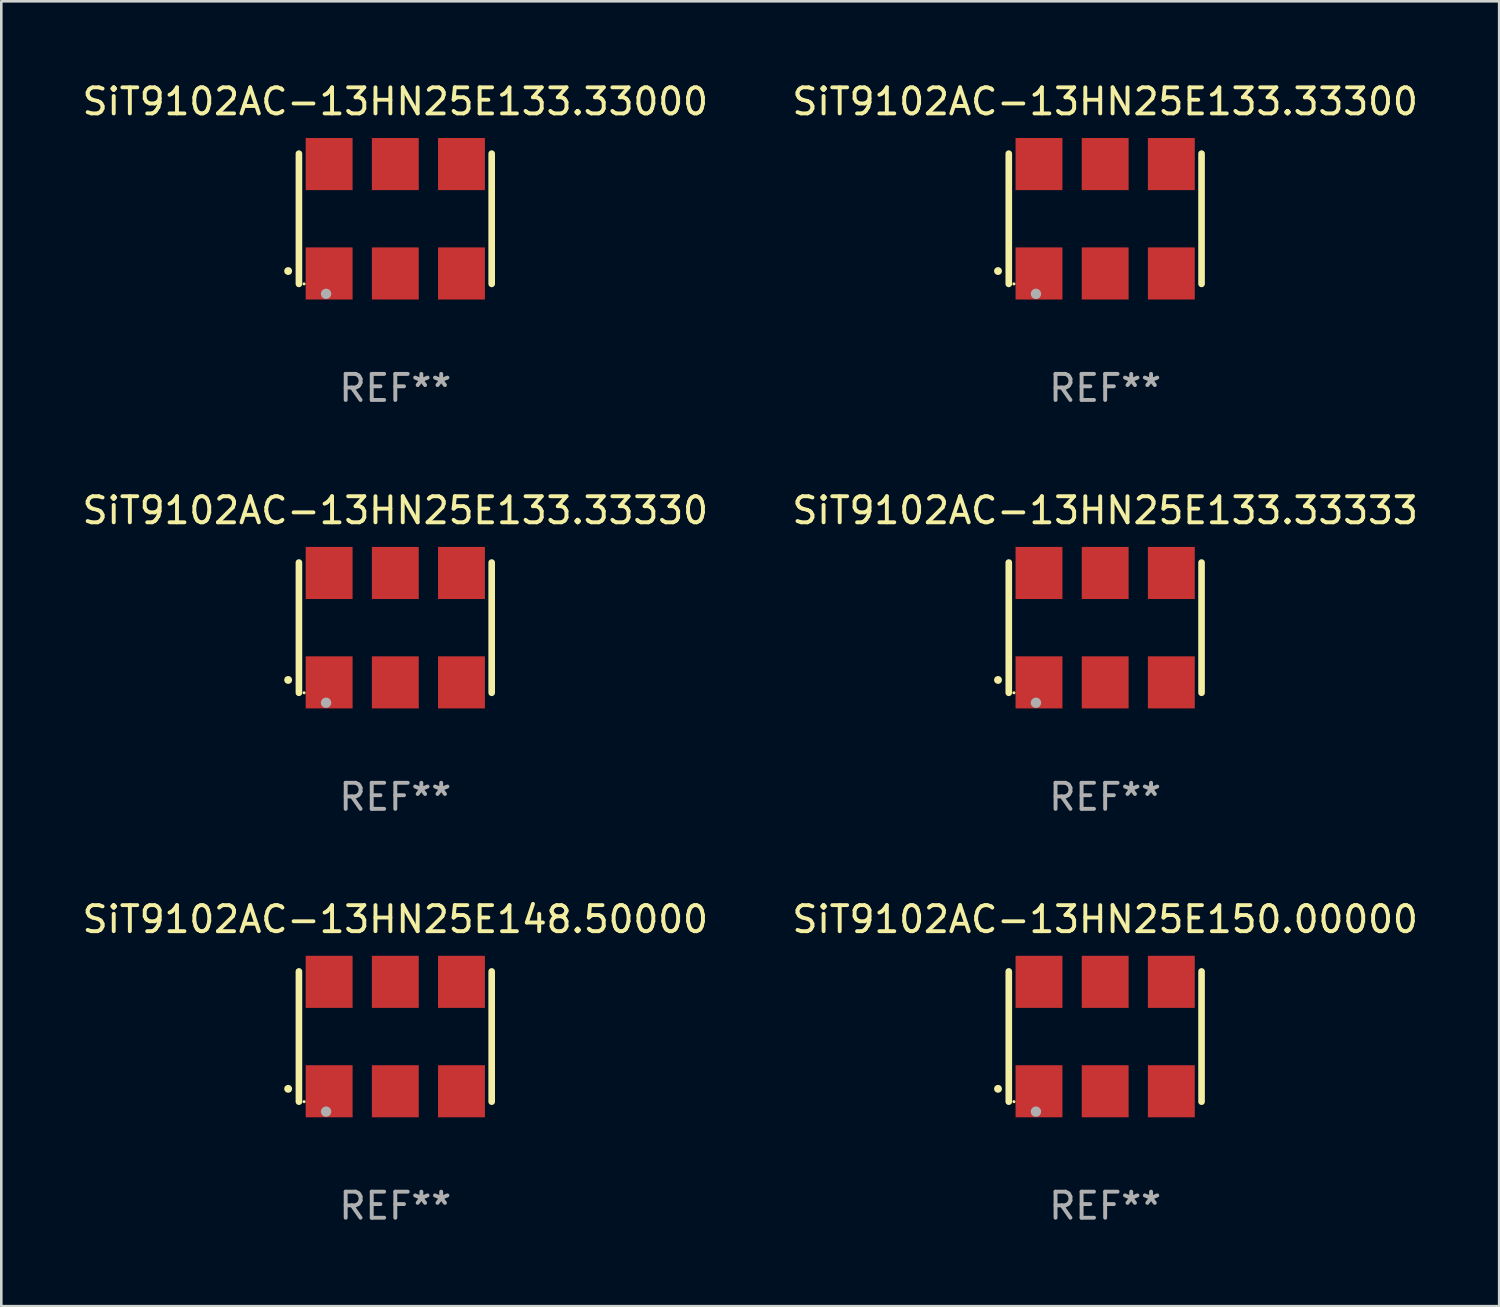
<source format=kicad_pcb>
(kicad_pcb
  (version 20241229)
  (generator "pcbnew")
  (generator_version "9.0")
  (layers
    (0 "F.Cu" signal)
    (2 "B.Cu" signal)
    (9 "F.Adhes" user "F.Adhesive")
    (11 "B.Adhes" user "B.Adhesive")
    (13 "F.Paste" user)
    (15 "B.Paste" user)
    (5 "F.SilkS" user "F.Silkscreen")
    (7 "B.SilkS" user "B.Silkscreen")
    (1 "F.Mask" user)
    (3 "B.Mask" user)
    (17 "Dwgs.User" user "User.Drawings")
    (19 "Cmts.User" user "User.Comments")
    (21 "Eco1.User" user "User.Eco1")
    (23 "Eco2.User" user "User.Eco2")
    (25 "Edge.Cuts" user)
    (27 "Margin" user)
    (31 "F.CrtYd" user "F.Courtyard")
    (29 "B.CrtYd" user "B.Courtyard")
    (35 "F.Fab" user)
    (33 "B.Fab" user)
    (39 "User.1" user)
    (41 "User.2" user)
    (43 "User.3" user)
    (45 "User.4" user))
  (footprint "SiT9102AC-13HN25E133.33300"
    (layer "F.Cu")
    (at 39.375 5.348)
    (property "Reference" "SiT9102AC-13HN25E133.33300" (at 0 -4.5 0) (layer "F.SilkS") (effects (font (size 1 1) (thickness 0.15))))
    (attr through_hole)
    (fp_line (start -3.7 -2.5) (end -3.7 2.5) (stroke (width 0.254) (type solid)) (layer "F.SilkS"))
    (fp_line (start 3.7 -2.5) (end 3.7 2.5) (stroke (width 0.254) (type solid)) (layer "F.SilkS"))
    (fp_arc (start -4.114415 2.006604) (mid -4.113145 2.006599) (end -4.111875 2.006604) (stroke (width 0.3) (type solid)) (layer "F.SilkS"))
    (fp_circle (center -3.502 2.5) (end -3.472 2.5) (stroke (width 0.06) (type solid)) (fill no) (layer "F.SilkS"))
    (fp_circle (center -2.657 2.882) (end -2.557 2.882) (stroke (width 0.2) (type solid)) (fill no) (layer "F.Fab"))
    (fp_text user "REF**" (at 0 6.5 0) (layer "F.Fab") (effects (font (size 1 1) (thickness 0.15))))
    (pad "1" smd rect (at -2.54 2.1) (size 1.8 2) (layers "F.Cu" "F.Mask" "F.Paste"))
    (pad "2" smd rect (at 0.000394 2.1) (size 1.8 2) (layers "F.Cu" "F.Mask" "F.Paste"))
    (pad "3" smd rect (at 2.54 2.1) (size 1.8 2) (layers "F.Cu" "F.Mask" "F.Paste"))
    (pad "4" smd rect (at 2.54 -2.1) (size 1.8 2) (layers "F.Cu" "F.Mask" "F.Paste"))
    (pad "5" smd rect (at 0.000394 -2.1) (size 1.8 2) (layers "F.Cu" "F.Mask" "F.Paste"))
    (pad "6" smd rect (at -2.54 -2.1) (size 1.8 2) (layers "F.Cu" "F.Mask" "F.Paste")))
  (footprint "SiT9102AC-13HN25E133.33330"
    (layer "F.Cu")
    (at 12.125 21.045)
    (property "Reference" "SiT9102AC-13HN25E133.33330" (at 0 -4.5 0) (layer "F.SilkS") (effects (font (size 1 1) (thickness 0.15))))
    (attr through_hole)
    (fp_line (start -3.7 -2.5) (end -3.7 2.5) (stroke (width 0.254) (type solid)) (layer "F.SilkS"))
    (fp_line (start 3.7 -2.5) (end 3.7 2.5) (stroke (width 0.254) (type solid)) (layer "F.SilkS"))
    (fp_arc (start -4.114415 2.006604) (mid -4.113145 2.006599) (end -4.111875 2.006604) (stroke (width 0.3) (type solid)) (layer "F.SilkS"))
    (fp_circle (center -3.502 2.5) (end -3.472 2.5) (stroke (width 0.06) (type solid)) (fill no) (layer "F.SilkS"))
    (fp_circle (center -2.657 2.882) (end -2.557 2.882) (stroke (width 0.2) (type solid)) (fill no) (layer "F.Fab"))
    (fp_text user "REF**" (at 0 6.5 0) (layer "F.Fab") (effects (font (size 1 1) (thickness 0.15))))
    (pad "1" smd rect (at -2.54 2.1) (size 1.8 2) (layers "F.Cu" "F.Mask" "F.Paste"))
    (pad "2" smd rect (at 0.000394 2.1) (size 1.8 2) (layers "F.Cu" "F.Mask" "F.Paste"))
    (pad "3" smd rect (at 2.54 2.1) (size 1.8 2) (layers "F.Cu" "F.Mask" "F.Paste"))
    (pad "4" smd rect (at 2.54 -2.1) (size 1.8 2) (layers "F.Cu" "F.Mask" "F.Paste"))
    (pad "5" smd rect (at 0.000394 -2.1) (size 1.8 2) (layers "F.Cu" "F.Mask" "F.Paste"))
    (pad "6" smd rect (at -2.54 -2.1) (size 1.8 2) (layers "F.Cu" "F.Mask" "F.Paste")))
  (footprint "SiT9102AC-13HN25E148.50000"
    (layer "F.Cu")
    (at 12.125 36.741)
    (property "Reference" "SiT9102AC-13HN25E148.50000" (at 0 -4.5 0) (layer "F.SilkS") (effects (font (size 1 1) (thickness 0.15))))
    (attr through_hole)
    (fp_line (start -3.7 -2.5) (end -3.7 2.5) (stroke (width 0.254) (type solid)) (layer "F.SilkS"))
    (fp_line (start 3.7 -2.5) (end 3.7 2.5) (stroke (width 0.254) (type solid)) (layer "F.SilkS"))
    (fp_arc (start -4.114415 2.006604) (mid -4.113145 2.006599) (end -4.111875 2.006604) (stroke (width 0.3) (type solid)) (layer "F.SilkS"))
    (fp_circle (center -3.502 2.5) (end -3.472 2.5) (stroke (width 0.06) (type solid)) (fill no) (layer "F.SilkS"))
    (fp_circle (center -2.657 2.882) (end -2.557 2.882) (stroke (width 0.2) (type solid)) (fill no) (layer "F.Fab"))
    (fp_text user "REF**" (at 0 6.5 0) (layer "F.Fab") (effects (font (size 1 1) (thickness 0.15))))
    (pad "1" smd rect (at -2.54 2.1) (size 1.8 2) (layers "F.Cu" "F.Mask" "F.Paste"))
    (pad "2" smd rect (at 0.000394 2.1) (size 1.8 2) (layers "F.Cu" "F.Mask" "F.Paste"))
    (pad "3" smd rect (at 2.54 2.1) (size 1.8 2) (layers "F.Cu" "F.Mask" "F.Paste"))
    (pad "4" smd rect (at 2.54 -2.1) (size 1.8 2) (layers "F.Cu" "F.Mask" "F.Paste"))
    (pad "5" smd rect (at 0.000394 -2.1) (size 1.8 2) (layers "F.Cu" "F.Mask" "F.Paste"))
    (pad "6" smd rect (at -2.54 -2.1) (size 1.8 2) (layers "F.Cu" "F.Mask" "F.Paste")))
  (footprint "SiT9102AC-13HN25E133.33333"
    (layer "F.Cu")
    (at 39.375 21.045)
    (property "Reference" "SiT9102AC-13HN25E133.33333" (at 0 -4.5 0) (layer "F.SilkS") (effects (font (size 1 1) (thickness 0.15))))
    (attr through_hole)
    (fp_line (start -3.7 -2.5) (end -3.7 2.5) (stroke (width 0.254) (type solid)) (layer "F.SilkS"))
    (fp_line (start 3.7 -2.5) (end 3.7 2.5) (stroke (width 0.254) (type solid)) (layer "F.SilkS"))
    (fp_arc (start -4.114415 2.006604) (mid -4.113145 2.006599) (end -4.111875 2.006604) (stroke (width 0.3) (type solid)) (layer "F.SilkS"))
    (fp_circle (center -3.502 2.5) (end -3.472 2.5) (stroke (width 0.06) (type solid)) (fill no) (layer "F.SilkS"))
    (fp_circle (center -2.657 2.882) (end -2.557 2.882) (stroke (width 0.2) (type solid)) (fill no) (layer "F.Fab"))
    (fp_text user "REF**" (at 0 6.5 0) (layer "F.Fab") (effects (font (size 1 1) (thickness 0.15))))
    (pad "1" smd rect (at -2.54 2.1) (size 1.8 2) (layers "F.Cu" "F.Mask" "F.Paste"))
    (pad "2" smd rect (at 0.000394 2.1) (size 1.8 2) (layers "F.Cu" "F.Mask" "F.Paste"))
    (pad "3" smd rect (at 2.54 2.1) (size 1.8 2) (layers "F.Cu" "F.Mask" "F.Paste"))
    (pad "4" smd rect (at 2.54 -2.1) (size 1.8 2) (layers "F.Cu" "F.Mask" "F.Paste"))
    (pad "5" smd rect (at 0.000394 -2.1) (size 1.8 2) (layers "F.Cu" "F.Mask" "F.Paste"))
    (pad "6" smd rect (at -2.54 -2.1) (size 1.8 2) (layers "F.Cu" "F.Mask" "F.Paste")))
  (footprint "SiT9102AC-13HN25E133.33000"
    (layer "F.Cu")
    (at 12.125 5.348)
    (property "Reference" "SiT9102AC-13HN25E133.33000" (at 0 -4.5 0) (layer "F.SilkS") (effects (font (size 1 1) (thickness 0.15))))
    (attr through_hole)
    (fp_line (start -3.7 -2.5) (end -3.7 2.5) (stroke (width 0.254) (type solid)) (layer "F.SilkS"))
    (fp_line (start 3.7 -2.5) (end 3.7 2.5) (stroke (width 0.254) (type solid)) (layer "F.SilkS"))
    (fp_arc (start -4.114415 2.006604) (mid -4.113145 2.006599) (end -4.111875 2.006604) (stroke (width 0.3) (type solid)) (layer "F.SilkS"))
    (fp_circle (center -3.502 2.5) (end -3.472 2.5) (stroke (width 0.06) (type solid)) (fill no) (layer "F.SilkS"))
    (fp_circle (center -2.657 2.882) (end -2.557 2.882) (stroke (width 0.2) (type solid)) (fill no) (layer "F.Fab"))
    (fp_text user "REF**" (at 0 6.5 0) (layer "F.Fab") (effects (font (size 1 1) (thickness 0.15))))
    (pad "1" smd rect (at -2.54 2.1) (size 1.8 2) (layers "F.Cu" "F.Mask" "F.Paste"))
    (pad "2" smd rect (at 0.000394 2.1) (size 1.8 2) (layers "F.Cu" "F.Mask" "F.Paste"))
    (pad "3" smd rect (at 2.54 2.1) (size 1.8 2) (layers "F.Cu" "F.Mask" "F.Paste"))
    (pad "4" smd rect (at 2.54 -2.1) (size 1.8 2) (layers "F.Cu" "F.Mask" "F.Paste"))
    (pad "5" smd rect (at 0.000394 -2.1) (size 1.8 2) (layers "F.Cu" "F.Mask" "F.Paste"))
    (pad "6" smd rect (at -2.54 -2.1) (size 1.8 2) (layers "F.Cu" "F.Mask" "F.Paste")))
  (footprint "SiT9102AC-13HN25E150.00000"
    (layer "F.Cu")
    (at 39.375 36.741)
    (property "Reference" "SiT9102AC-13HN25E150.00000" (at 0 -4.5 0) (layer "F.SilkS") (effects (font (size 1 1) (thickness 0.15))))
    (attr through_hole)
    (fp_line (start -3.7 -2.5) (end -3.7 2.5) (stroke (width 0.254) (type solid)) (layer "F.SilkS"))
    (fp_line (start 3.7 -2.5) (end 3.7 2.5) (stroke (width 0.254) (type solid)) (layer "F.SilkS"))
    (fp_arc (start -4.114415 2.006604) (mid -4.113145 2.006599) (end -4.111875 2.006604) (stroke (width 0.3) (type solid)) (layer "F.SilkS"))
    (fp_circle (center -3.502 2.5) (end -3.472 2.5) (stroke (width 0.06) (type solid)) (fill no) (layer "F.SilkS"))
    (fp_circle (center -2.657 2.882) (end -2.557 2.882) (stroke (width 0.2) (type solid)) (fill no) (layer "F.Fab"))
    (fp_text user "REF**" (at 0 6.5 0) (layer "F.Fab") (effects (font (size 1 1) (thickness 0.15))))
    (pad "1" smd rect (at -2.54 2.1) (size 1.8 2) (layers "F.Cu" "F.Mask" "F.Paste"))
    (pad "2" smd rect (at 0.000394 2.1) (size 1.8 2) (layers "F.Cu" "F.Mask" "F.Paste"))
    (pad "3" smd rect (at 2.54 2.1) (size 1.8 2) (layers "F.Cu" "F.Mask" "F.Paste"))
    (pad "4" smd rect (at 2.54 -2.1) (size 1.8 2) (layers "F.Cu" "F.Mask" "F.Paste"))
    (pad "5" smd rect (at 0.000394 -2.1) (size 1.8 2) (layers "F.Cu" "F.Mask" "F.Paste"))
    (pad "6" smd rect (at -2.54 -2.1) (size 1.8 2) (layers "F.Cu" "F.Mask" "F.Paste")))
  (gr_rect
    (start -3 -3)
    (end 54.5 47.09)
    (stroke (width 0.1) (type default))
    (fill no)
    (layer "Edge.Cuts")))
</source>
